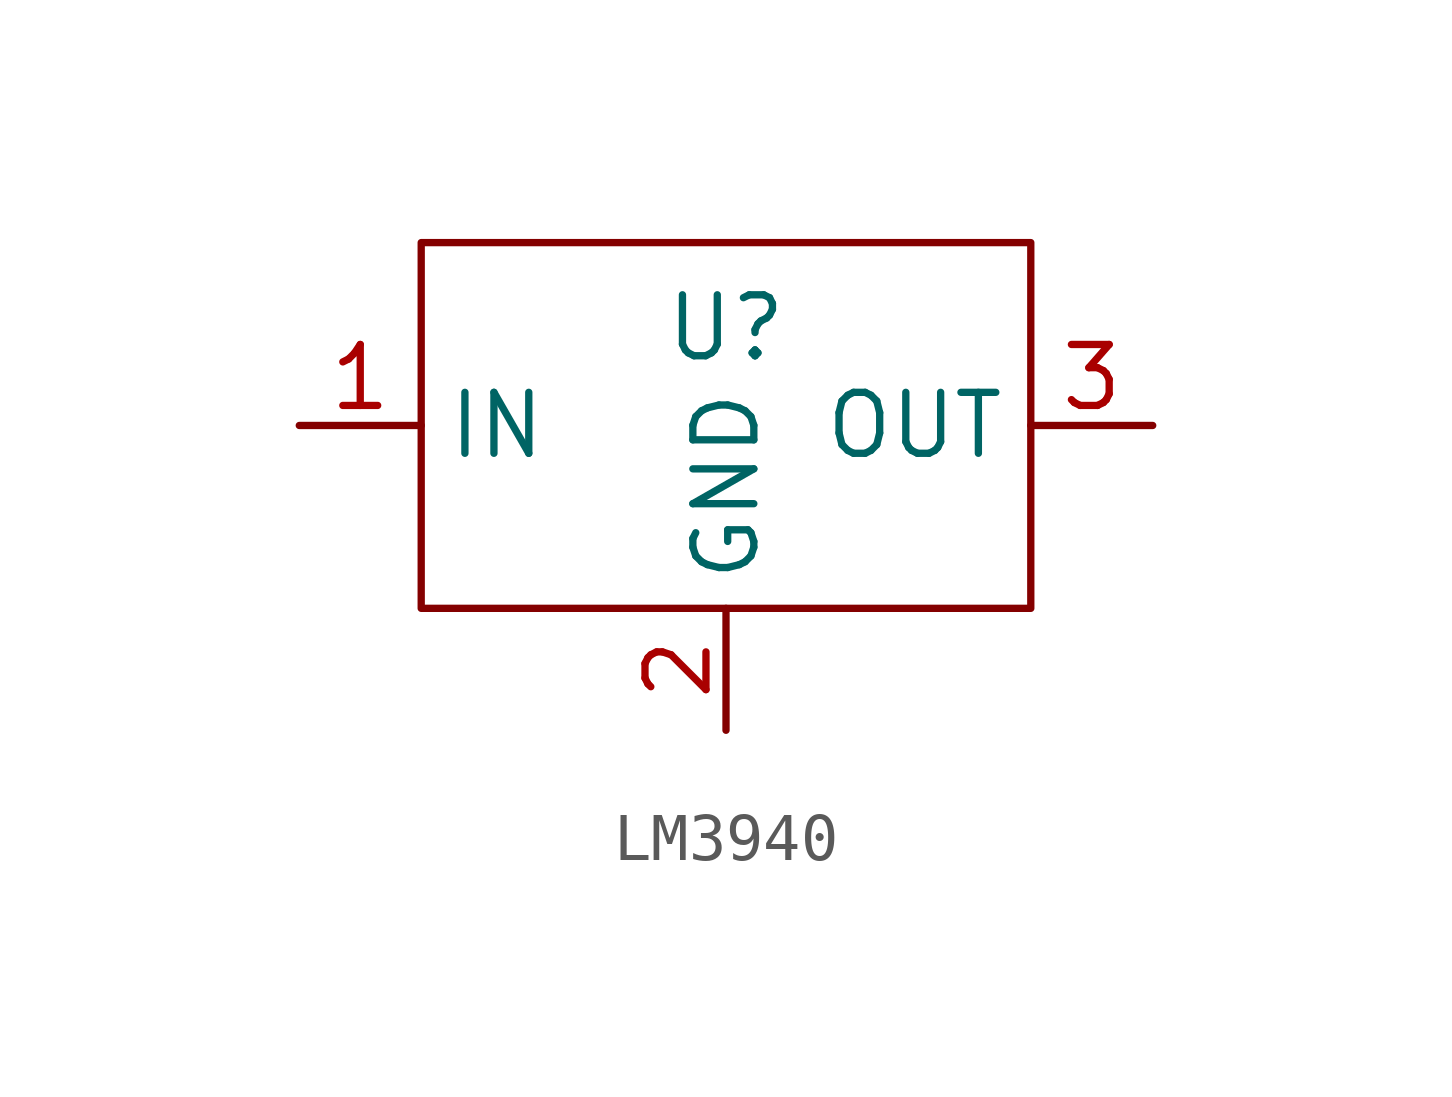
<source format=kicad_sym>
(kicad_symbol_lib
  (version 20231120)
  (generator "kicad_symbol_editor")
  (generator_version "8.0")
  (symbol "LM3940"
    (property "Reference" "U"
      (at 0 2.032 0)
      (effects (font (size 1.27 1.27))))
    (property "Value" ""
      (at 0 0 0)
      (effects (font (size 1.27 1.27))))
    (symbol "LM3940_0_1"
      (rectangle (start -6.35 3.81) (end 6.35 -3.81) (stroke (width 0) (type default)) (fill (type none))))
    (symbol "LM3940_1_1"
      (pin power_in line (at -8.89 0 0) (length 2.54) (name "IN" (effects (font (size 1.27 1.27)))) (number "1" (effects (font (size 1.27 1.27)))))
      (pin passive line (at 0 -6.35 90) (length 2.54) (name "GND" (effects (font (size 1.27 1.27)))) (number "2" (effects (font (size 1.27 1.27)))))
      (pin power_out line (at 8.89 0 180) (length 2.54) (name "OUT" (effects (font (size 1.27 1.27)))) (number "3" (effects (font (size 1.27 1.27))))))))
</source>
